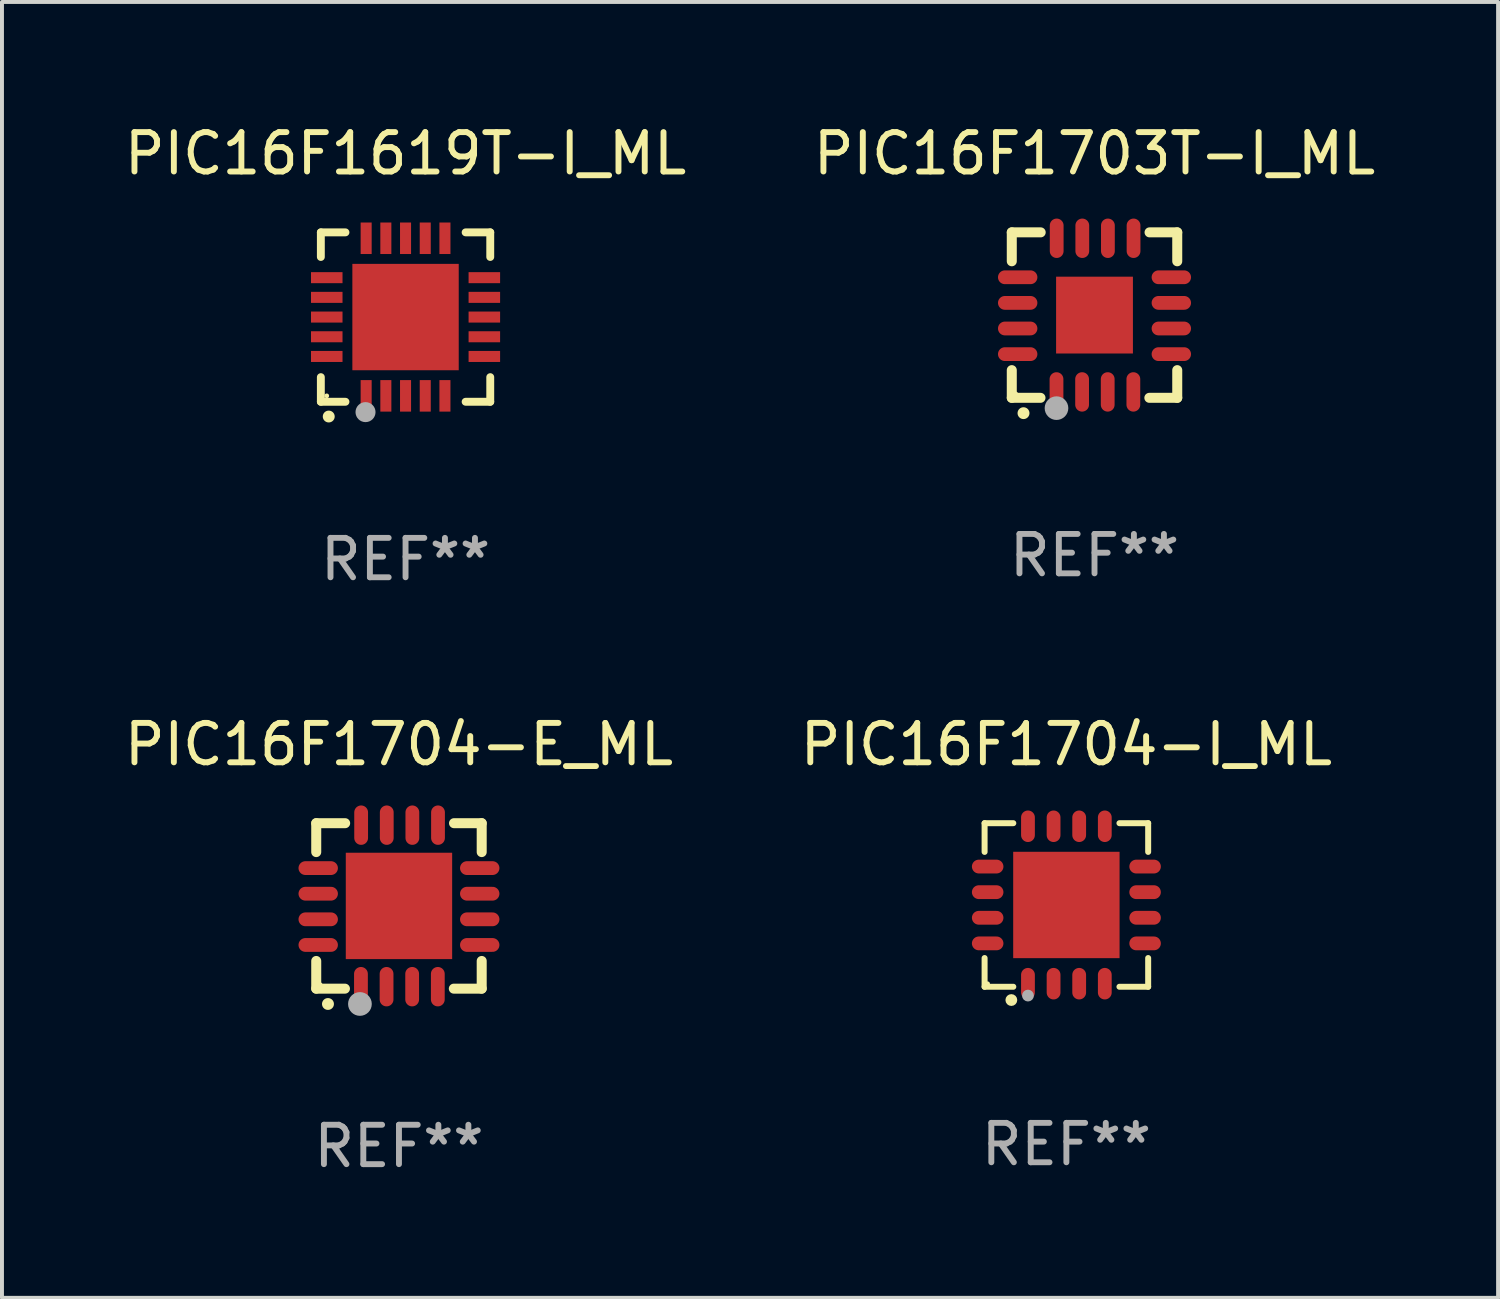
<source format=kicad_pcb>
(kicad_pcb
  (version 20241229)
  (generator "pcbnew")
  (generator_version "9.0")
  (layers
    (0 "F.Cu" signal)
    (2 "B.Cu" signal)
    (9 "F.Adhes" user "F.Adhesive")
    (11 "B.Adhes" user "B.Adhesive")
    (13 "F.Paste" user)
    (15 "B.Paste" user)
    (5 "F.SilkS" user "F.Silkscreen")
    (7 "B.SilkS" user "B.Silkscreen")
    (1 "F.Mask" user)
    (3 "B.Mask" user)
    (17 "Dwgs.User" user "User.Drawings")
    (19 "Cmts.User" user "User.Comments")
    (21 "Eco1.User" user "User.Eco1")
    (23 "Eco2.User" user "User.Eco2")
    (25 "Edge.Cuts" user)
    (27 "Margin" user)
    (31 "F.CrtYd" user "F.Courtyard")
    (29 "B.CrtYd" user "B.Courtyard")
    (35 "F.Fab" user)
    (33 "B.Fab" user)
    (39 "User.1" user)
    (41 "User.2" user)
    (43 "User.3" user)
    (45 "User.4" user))
  (footprint "PIC16F1704-E_ML"
    (layer "F.Cu")
    (at 7.077 19.945)
    (property "Reference" "PIC16F1704-E_ML" (at 0 -4.1 0) (layer "F.SilkS") (effects (font (size 1 1) (thickness 0.15))))
    (attr through_hole)
    (fp_line (start -2.1 -2.1) (end -1.366 -2.1) (stroke (width 0.254) (type solid)) (layer "F.SilkS"))
    (fp_line (start -2.1 -1.366) (end -2.1 -2.1) (stroke (width 0.254) (type solid)) (layer "F.SilkS"))
    (fp_line (start -2.1 2.1) (end -2.1 1.397) (stroke (width 0.254) (type solid)) (layer "F.SilkS"))
    (fp_line (start -2.1 2.1) (end -1.371 2.1) (stroke (width 0.254) (type solid)) (layer "F.SilkS"))
    (fp_line (start 1.392 2.1) (end 2.1 2.1) (stroke (width 0.254) (type solid)) (layer "F.SilkS"))
    (fp_line (start 1.397 -2.1) (end 2.1 -2.1) (stroke (width 0.254) (type solid)) (layer "F.SilkS"))
    (fp_line (start 2.1 -1.366) (end 2.1 -2.1) (stroke (width 0.254) (type solid)) (layer "F.SilkS"))
    (fp_line (start 2.1 2.1) (end 2.1 1.397) (stroke (width 0.254) (type solid)) (layer "F.SilkS"))
    (fp_arc (start -1.803404 2.489205) (mid -1.802134 2.4892) (end -1.800864 2.489205) (stroke (width 0.3) (type solid)) (layer "F.SilkS"))
    (fp_circle (center -2 2) (end -1.97 2) (stroke (width 0.06) (type solid)) (fill no) (layer "F.SilkS"))
    (fp_circle (center -0.991 2.489) (end -0.84 2.489) (stroke (width 0.3) (type solid)) (fill no) (layer "F.Fab"))
    (fp_text user "REF**" (at 0 6.1 0) (layer "F.Fab") (effects (font (size 1 1) (thickness 0.15))))
    (pad "1" smd oval (at -0.965 2.05) (size 0.35 1) (layers "F.Cu" "F.Mask" "F.Paste"))
    (pad "2" smd oval (at -0.315 2.05) (size 0.35 1) (layers "F.Cu" "F.Mask" "F.Paste"))
    (pad "3" smd oval (at 0.335 2.05) (size 0.35 1) (layers "F.Cu" "F.Mask" "F.Paste"))
    (pad "4" smd oval (at 0.986 2.05) (size 0.35 1) (layers "F.Cu" "F.Mask" "F.Paste"))
    (pad "5" smd oval (at 2.05 0.991) (size 1 0.35) (layers "F.Cu" "F.Mask" "F.Paste"))
    (pad "6" smd oval (at 2.05 0.34) (size 1 0.35) (layers "F.Cu" "F.Mask" "F.Paste"))
    (pad "7" smd oval (at 2.05 -0.31) (size 1 0.35) (layers "F.Cu" "F.Mask" "F.Paste"))
    (pad "8" smd oval (at 2.05 -0.96) (size 1 0.35) (layers "F.Cu" "F.Mask" "F.Paste"))
    (pad "9" smd oval (at 0.991 -2.05) (size 0.35 1) (layers "F.Cu" "F.Mask" "F.Paste"))
    (pad "10" smd oval (at 0.34 -2.05) (size 0.35 1) (layers "F.Cu" "F.Mask" "F.Paste"))
    (pad "11" smd oval (at -0.31 -2.05) (size 0.35 1) (layers "F.Cu" "F.Mask" "F.Paste"))
    (pad "12" smd oval (at -0.96 -2.05) (size 0.35 1) (layers "F.Cu" "F.Mask" "F.Paste"))
    (pad "13" smd oval (at -2.05 -0.96) (size 1 0.35) (layers "F.Cu" "F.Mask" "F.Paste"))
    (pad "14" smd oval (at -2.05 -0.31) (size 1 0.35) (layers "F.Cu" "F.Mask" "F.Paste"))
    (pad "15" smd oval (at -2.05 0.34) (size 1 0.35) (layers "F.Cu" "F.Mask" "F.Paste"))
    (pad "16" smd oval (at -2.05 0.991) (size 1 0.35) (layers "F.Cu" "F.Mask" "F.Paste"))
    (pad "17" smd rect (at 0 0) (size 2.7 2.7) (layers "F.Cu" "F.Mask" "F.Paste")))
  (footprint "PIC16F1619T-I_ML"
    (layer "F.Cu")
    (at 7.244 4.998)
    (property "Reference" "PIC16F1619T-I_ML" (at 0 -4.15 0) (layer "F.SilkS") (effects (font (size 1 1) (thickness 0.15))))
    (attr through_hole)
    (fp_line (start -2.15 -2.15) (end -2.15 -1.525) (stroke (width 0.2) (type solid)) (layer "F.SilkS"))
    (fp_line (start -2.15 2.15) (end -2.15 1.525) (stroke (width 0.2) (type solid)) (layer "F.SilkS"))
    (fp_line (start -1.525 -2.15) (end -2.15 -2.15) (stroke (width 0.2) (type solid)) (layer "F.SilkS"))
    (fp_line (start -1.525 2.15) (end -2.15 2.15) (stroke (width 0.2) (type solid)) (layer "F.SilkS"))
    (fp_line (start 1.525 2.15) (end 2.15 2.15) (stroke (width 0.2) (type solid)) (layer "F.SilkS"))
    (fp_line (start 2.15 -2.15) (end 1.525 -2.15) (stroke (width 0.2) (type solid)) (layer "F.SilkS"))
    (fp_line (start 2.15 -1.525) (end 2.15 -2.15) (stroke (width 0.2) (type solid)) (layer "F.SilkS"))
    (fp_line (start 2.15 2.15) (end 2.15 1.525) (stroke (width 0.2) (type solid)) (layer "F.SilkS"))
    (fp_arc (start -1.950724 2.524765) (mid -1.949454 2.52476) (end -1.948184 2.524765) (stroke (width 0.3) (type solid)) (layer "F.SilkS"))
    (fp_circle (center -2 2) (end -1.97 2) (stroke (width 0.06) (type solid)) (fill no) (layer "F.SilkS"))
    (fp_circle (center -1.016 2.413) (end -0.889 2.413) (stroke (width 0.254) (type solid)) (fill no) (layer "F.Fab"))
    (fp_text user "REF**" (at 0 6.15 0) (layer "F.Fab") (effects (font (size 1 1) (thickness 0.15))))
    (pad "1" smd rect (at -1 2) (size 0.28 0.8) (layers "F.Cu" "F.Mask" "F.Paste"))
    (pad "2" smd rect (at -0.5 2) (size 0.28 0.8) (layers "F.Cu" "F.Mask" "F.Paste"))
    (pad "3" smd rect (at 0 2) (size 0.28 0.8) (layers "F.Cu" "F.Mask" "F.Paste"))
    (pad "4" smd rect (at 0.5 2) (size 0.28 0.8) (layers "F.Cu" "F.Mask" "F.Paste"))
    (pad "5" smd rect (at 1 2) (size 0.28 0.8) (layers "F.Cu" "F.Mask" "F.Paste"))
    (pad "6" smd rect (at 2 1) (size 0.8 0.28) (layers "F.Cu" "F.Mask" "F.Paste"))
    (pad "7" smd rect (at 2 0.5) (size 0.8 0.28) (layers "F.Cu" "F.Mask" "F.Paste"))
    (pad "8" smd rect (at 2 0) (size 0.8 0.28) (layers "F.Cu" "F.Mask" "F.Paste"))
    (pad "9" smd rect (at 2 -0.5) (size 0.8 0.28) (layers "F.Cu" "F.Mask" "F.Paste"))
    (pad "10" smd rect (at 2 -1) (size 0.8 0.28) (layers "F.Cu" "F.Mask" "F.Paste"))
    (pad "11" smd rect (at 1 -2) (size 0.28 0.8) (layers "F.Cu" "F.Mask" "F.Paste"))
    (pad "12" smd rect (at 0.5 -2) (size 0.28 0.8) (layers "F.Cu" "F.Mask" "F.Paste"))
    (pad "13" smd rect (at 0 -2) (size 0.28 0.8) (layers "F.Cu" "F.Mask" "F.Paste"))
    (pad "14" smd rect (at -0.5 -2) (size 0.28 0.8) (layers "F.Cu" "F.Mask" "F.Paste"))
    (pad "15" smd rect (at -1 -2) (size 0.28 0.8) (layers "F.Cu" "F.Mask" "F.Paste"))
    (pad "16" smd rect (at -2 -1) (size 0.8 0.28) (layers "F.Cu" "F.Mask" "F.Paste"))
    (pad "17" smd rect (at -2 -0.5) (size 0.8 0.28) (layers "F.Cu" "F.Mask" "F.Paste"))
    (pad "18" smd rect (at -2 0) (size 0.8 0.28) (layers "F.Cu" "F.Mask" "F.Paste"))
    (pad "19" smd rect (at -2 0.5) (size 0.8 0.28) (layers "F.Cu" "F.Mask" "F.Paste"))
    (pad "20" smd rect (at -2 1) (size 0.8 0.28) (layers "F.Cu" "F.Mask" "F.Paste"))
    (pad "21" smd rect (at 0 0) (size 2.7 2.7) (layers "F.Cu" "F.Mask" "F.Paste")))
  (footprint "PIC16F1703T-I_ML"
    (layer "F.Cu")
    (at 24.732 4.948)
    (property "Reference" "PIC16F1703T-I_ML" (at 0 -4.1 0) (layer "F.SilkS") (effects (font (size 1 1) (thickness 0.15))))
    (attr through_hole)
    (fp_line (start -2.1 -2.1) (end -1.366 -2.1) (stroke (width 0.254) (type solid)) (layer "F.SilkS"))
    (fp_line (start -2.1 -1.366) (end -2.1 -2.1) (stroke (width 0.254) (type solid)) (layer "F.SilkS"))
    (fp_line (start -2.1 2.1) (end -2.1 1.397) (stroke (width 0.254) (type solid)) (layer "F.SilkS"))
    (fp_line (start -2.1 2.1) (end -1.371 2.1) (stroke (width 0.254) (type solid)) (layer "F.SilkS"))
    (fp_line (start 1.392 2.1) (end 2.1 2.1) (stroke (width 0.254) (type solid)) (layer "F.SilkS"))
    (fp_line (start 1.397 -2.1) (end 2.1 -2.1) (stroke (width 0.254) (type solid)) (layer "F.SilkS"))
    (fp_line (start 2.1 -1.366) (end 2.1 -2.1) (stroke (width 0.254) (type solid)) (layer "F.SilkS"))
    (fp_line (start 2.1 2.1) (end 2.1 1.397) (stroke (width 0.254) (type solid)) (layer "F.SilkS"))
    (fp_arc (start -1.803404 2.489205) (mid -1.802134 2.4892) (end -1.800864 2.489205) (stroke (width 0.3) (type solid)) (layer "F.SilkS"))
    (fp_circle (center -2 2) (end -1.97 2) (stroke (width 0.06) (type solid)) (fill no) (layer "F.SilkS"))
    (fp_circle (center -0.965 2.362) (end -0.815 2.362) (stroke (width 0.3) (type solid)) (fill no) (layer "F.Fab"))
    (fp_text user "REF**" (at 0 6.1 0) (layer "F.Fab") (effects (font (size 1 1) (thickness 0.15))))
    (pad "1" smd oval (at -0.965 1.95) (size 0.35 1) (layers "F.Cu" "F.Mask" "F.Paste"))
    (pad "2" smd oval (at -0.315 1.95) (size 0.35 1) (layers "F.Cu" "F.Mask" "F.Paste"))
    (pad "3" smd oval (at 0.335 1.95) (size 0.35 1) (layers "F.Cu" "F.Mask" "F.Paste"))
    (pad "4" smd oval (at 0.986 1.95) (size 0.35 1) (layers "F.Cu" "F.Mask" "F.Paste"))
    (pad "5" smd oval (at 1.95 0.991) (size 1 0.35) (layers "F.Cu" "F.Mask" "F.Paste"))
    (pad "6" smd oval (at 1.95 0.34) (size 1 0.35) (layers "F.Cu" "F.Mask" "F.Paste"))
    (pad "7" smd oval (at 1.95 -0.31) (size 1 0.35) (layers "F.Cu" "F.Mask" "F.Paste"))
    (pad "8" smd oval (at 1.95 -0.96) (size 1 0.35) (layers "F.Cu" "F.Mask" "F.Paste"))
    (pad "9" smd oval (at 0.991 -1.95) (size 0.35 1) (layers "F.Cu" "F.Mask" "F.Paste"))
    (pad "10" smd oval (at 0.34 -1.95) (size 0.35 1) (layers "F.Cu" "F.Mask" "F.Paste"))
    (pad "11" smd oval (at -0.31 -1.95) (size 0.35 1) (layers "F.Cu" "F.Mask" "F.Paste"))
    (pad "12" smd oval (at -0.96 -1.95) (size 0.35 1) (layers "F.Cu" "F.Mask" "F.Paste"))
    (pad "13" smd oval (at -1.95 -0.96) (size 1 0.35) (layers "F.Cu" "F.Mask" "F.Paste"))
    (pad "14" smd oval (at -1.95 -0.31) (size 1 0.35) (layers "F.Cu" "F.Mask" "F.Paste"))
    (pad "15" smd oval (at -1.95 0.34) (size 1 0.35) (layers "F.Cu" "F.Mask" "F.Paste"))
    (pad "16" smd oval (at -1.95 0.991) (size 1 0.35) (layers "F.Cu" "F.Mask" "F.Paste"))
    (pad "17" smd rect (at 0 0) (size 1.95 1.95) (layers "F.Cu" "F.Mask" "F.Paste")))
  (footprint "PIC16F1704-I_ML"
    (layer "F.Cu")
    (at 24.018 19.921)
    (property "Reference" "PIC16F1704-I_ML" (at 0 -4.076 0) (layer "F.SilkS") (effects (font (size 1 1) (thickness 0.15))))
    (attr through_hole)
    (fp_line (start -2.076 -2.076) (end -1.347 -2.076) (stroke (width 0.152) (type solid)) (layer "F.SilkS"))
    (fp_line (start -2.076 -1.347) (end -2.076 -2.076) (stroke (width 0.152) (type solid)) (layer "F.SilkS"))
    (fp_line (start -2.076 1.347) (end -2.076 2.076) (stroke (width 0.152) (type solid)) (layer "F.SilkS"))
    (fp_line (start -2.076 2.076) (end -1.347 2.076) (stroke (width 0.152) (type solid)) (layer "F.SilkS"))
    (fp_line (start 2.076 -2.076) (end 1.347 -2.076) (stroke (width 0.152) (type solid)) (layer "F.SilkS"))
    (fp_line (start 2.076 -1.347) (end 2.076 -2.076) (stroke (width 0.152) (type solid)) (layer "F.SilkS"))
    (fp_line (start 2.076 1.347) (end 2.076 2.076) (stroke (width 0.152) (type solid)) (layer "F.SilkS"))
    (fp_line (start 2.076 2.076) (end 1.347 2.076) (stroke (width 0.152) (type solid)) (layer "F.SilkS"))
    (fp_circle (center -2 2) (end -1.97 2) (stroke (width 0.06) (type solid)) (fill no) (layer "F.SilkS"))
    (fp_circle (center -1.397 2.413) (end -1.322 2.413) (stroke (width 0.15) (type solid)) (fill no) (layer "F.SilkS"))
    (fp_circle (center -0.975 2.3) (end -0.9 2.3) (stroke (width 0.15) (type solid)) (fill no) (layer "F.Fab"))
    (fp_text user "REF**" (at 0 6.076 0) (layer "F.Fab") (effects (font (size 1 1) (thickness 0.15))))
    (pad "1" smd oval (at -0.975 1.998) (size 0.35 0.8) (layers "F.Cu" "F.Mask" "F.Paste"))
    (pad "2" smd oval (at -0.325 1.998) (size 0.35 0.8) (layers "F.Cu" "F.Mask" "F.Paste"))
    (pad "3" smd oval (at 0.325 1.998) (size 0.35 0.8) (layers "F.Cu" "F.Mask" "F.Paste"))
    (pad "4" smd oval (at 0.975 1.998) (size 0.35 0.8) (layers "F.Cu" "F.Mask" "F.Paste"))
    (pad "5" smd oval (at 1.998 0.975) (size 0.8 0.35) (layers "F.Cu" "F.Mask" "F.Paste"))
    (pad "6" smd oval (at 1.998 0.325) (size 0.8 0.35) (layers "F.Cu" "F.Mask" "F.Paste"))
    (pad "7" smd oval (at 1.998 -0.325) (size 0.8 0.35) (layers "F.Cu" "F.Mask" "F.Paste"))
    (pad "8" smd oval (at 1.998 -0.975) (size 0.8 0.35) (layers "F.Cu" "F.Mask" "F.Paste"))
    (pad "9" smd oval (at 0.975 -1.998) (size 0.35 0.8) (layers "F.Cu" "F.Mask" "F.Paste"))
    (pad "10" smd oval (at 0.325 -1.998) (size 0.35 0.8) (layers "F.Cu" "F.Mask" "F.Paste"))
    (pad "11" smd oval (at -0.325 -1.998) (size 0.35 0.8) (layers "F.Cu" "F.Mask" "F.Paste"))
    (pad "12" smd oval (at -0.975 -1.998) (size 0.35 0.8) (layers "F.Cu" "F.Mask" "F.Paste"))
    (pad "13" smd oval (at -1.998 -0.975) (size 0.8 0.35) (layers "F.Cu" "F.Mask" "F.Paste"))
    (pad "14" smd oval (at -1.998 -0.325) (size 0.8 0.35) (layers "F.Cu" "F.Mask" "F.Paste"))
    (pad "15" smd oval (at -1.998 0.325) (size 0.8 0.35) (layers "F.Cu" "F.Mask" "F.Paste"))
    (pad "16" smd oval (at -1.998 0.975) (size 0.8 0.35) (layers "F.Cu" "F.Mask" "F.Paste"))
    (pad "17" smd rect (at 0 0) (size 2.7 2.7) (layers "F.Cu" "F.Mask" "F.Paste")))
  (gr_rect
    (start -3 -3)
    (end 34.976 29.893)
    (stroke (width 0.1) (type default))
    (fill no)
    (layer "Edge.Cuts")))
</source>
